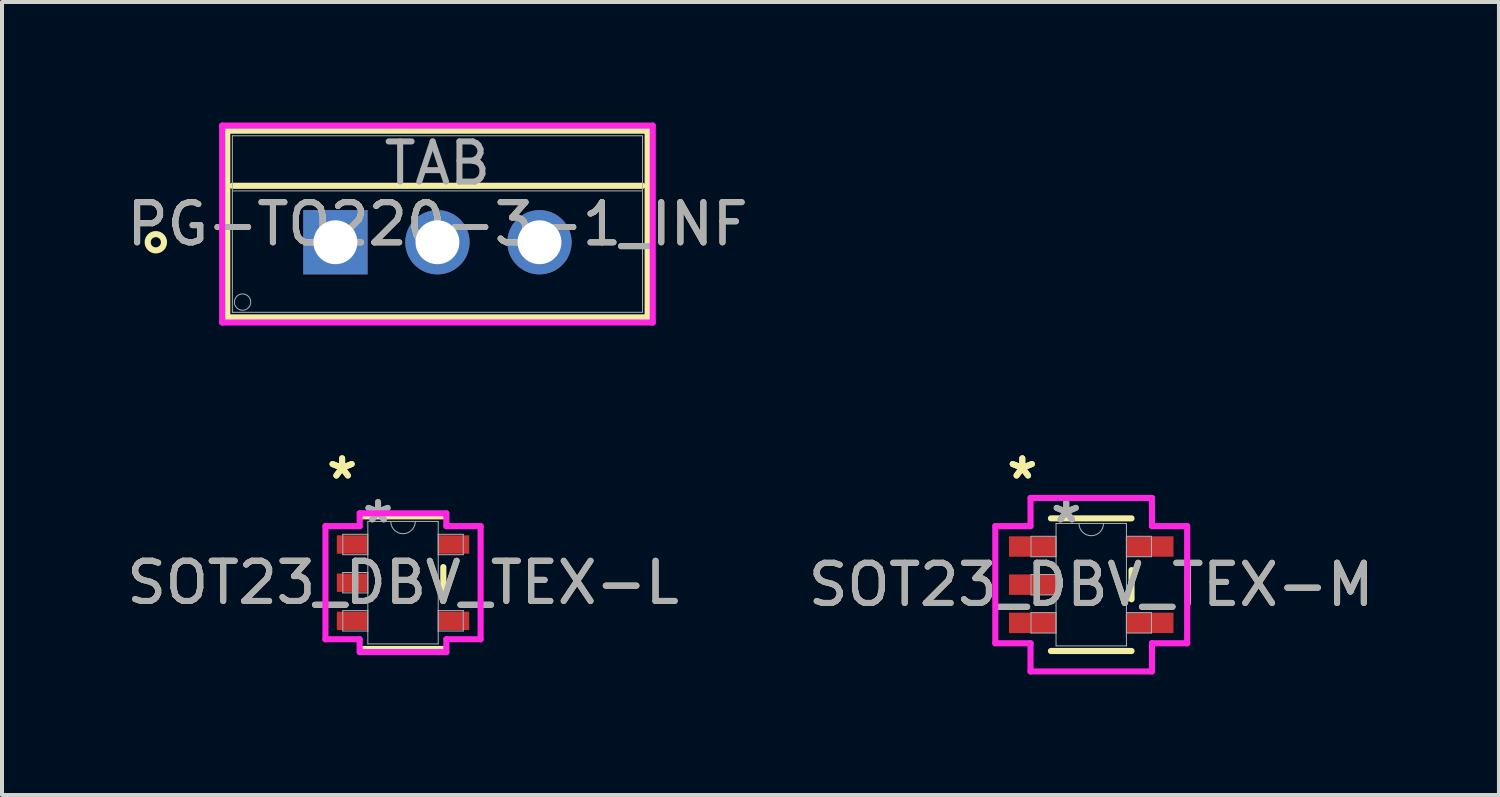
<source format=kicad_pcb>
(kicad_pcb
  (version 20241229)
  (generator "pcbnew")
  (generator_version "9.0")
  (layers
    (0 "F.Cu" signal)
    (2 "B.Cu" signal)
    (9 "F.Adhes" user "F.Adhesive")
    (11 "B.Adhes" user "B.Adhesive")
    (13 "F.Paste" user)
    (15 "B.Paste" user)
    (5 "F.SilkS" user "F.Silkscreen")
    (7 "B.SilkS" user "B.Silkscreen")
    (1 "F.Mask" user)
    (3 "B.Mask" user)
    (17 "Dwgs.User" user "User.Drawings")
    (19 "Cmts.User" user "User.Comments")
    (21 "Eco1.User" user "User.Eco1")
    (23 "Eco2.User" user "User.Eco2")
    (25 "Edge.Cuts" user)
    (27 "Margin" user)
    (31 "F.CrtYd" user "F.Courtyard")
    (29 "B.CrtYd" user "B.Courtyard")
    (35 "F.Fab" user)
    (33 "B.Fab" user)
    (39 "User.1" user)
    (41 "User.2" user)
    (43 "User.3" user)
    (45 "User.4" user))
  (footprint "SOT23_DBV_TEX-M"
    (layer "F.Cu")
    (at 24.113 11.504)
    (property "Reference" "SOT23_DBV_TEX-M" (at 0 0 0) (unlocked yes) (layer "F.SilkS") (effects (font (size 1 1) (thickness 0.15))))
    (attr smd)
    (fp_line (start -1.003 1.651) (end 1.003 1.651) (stroke (width 0.152) (type solid)) (layer "F.SilkS"))
    (fp_line (start 1.003 -1.651) (end -1.003 -1.651) (stroke (width 0.152) (type solid)) (layer "F.SilkS"))
    (fp_line (start 1.003 0.363) (end 1.003 -0.363) (stroke (width 0.152) (type solid)) (layer "F.SilkS"))
    (fp_line (start -2.388 -1.458) (end -1.511 -1.458) (stroke (width 0.152) (type solid)) (layer "F.CrtYd"))
    (fp_line (start -2.388 1.458) (end -2.388 -1.458) (stroke (width 0.152) (type solid)) (layer "F.CrtYd"))
    (fp_line (start -1.511 -2.159) (end 1.511 -2.159) (stroke (width 0.152) (type solid)) (layer "F.CrtYd"))
    (fp_line (start -1.511 -1.458) (end -1.511 -2.159) (stroke (width 0.152) (type solid)) (layer "F.CrtYd"))
    (fp_line (start -1.511 1.458) (end -2.388 1.458) (stroke (width 0.152) (type solid)) (layer "F.CrtYd"))
    (fp_line (start -1.511 2.159) (end -1.511 1.458) (stroke (width 0.152) (type solid)) (layer "F.CrtYd"))
    (fp_line (start 1.511 -2.159) (end 1.511 -1.458) (stroke (width 0.152) (type solid)) (layer "F.CrtYd"))
    (fp_line (start 1.511 -1.458) (end 2.388 -1.458) (stroke (width 0.152) (type solid)) (layer "F.CrtYd"))
    (fp_line (start 1.511 1.458) (end 1.511 2.159) (stroke (width 0.152) (type solid)) (layer "F.CrtYd"))
    (fp_line (start 1.511 2.159) (end -1.511 2.159) (stroke (width 0.152) (type solid)) (layer "F.CrtYd"))
    (fp_line (start 2.388 -1.458) (end 2.388 1.458) (stroke (width 0.152) (type solid)) (layer "F.CrtYd"))
    (fp_line (start 2.388 1.458) (end 1.511 1.458) (stroke (width 0.152) (type solid)) (layer "F.CrtYd"))
    (fp_line (start -1.499 -1.204) (end -1.499 -0.696) (stroke (width 0.025) (type solid)) (layer "F.Fab"))
    (fp_line (start -1.499 -0.696) (end -0.876 -0.696) (stroke (width 0.025) (type solid)) (layer "F.Fab"))
    (fp_line (start -1.499 -0.254) (end -1.499 0.254) (stroke (width 0.025) (type solid)) (layer "F.Fab"))
    (fp_line (start -1.499 0.254) (end -0.876 0.254) (stroke (width 0.025) (type solid)) (layer "F.Fab"))
    (fp_line (start -1.499 0.696) (end -1.499 1.204) (stroke (width 0.025) (type solid)) (layer "F.Fab"))
    (fp_line (start -1.499 1.204) (end -0.876 1.204) (stroke (width 0.025) (type solid)) (layer "F.Fab"))
    (fp_line (start -0.876 -1.524) (end -0.876 1.524) (stroke (width 0.025) (type solid)) (layer "F.Fab"))
    (fp_line (start -0.876 -1.204) (end -1.499 -1.204) (stroke (width 0.025) (type solid)) (layer "F.Fab"))
    (fp_line (start -0.876 -0.696) (end -0.876 -1.204) (stroke (width 0.025) (type solid)) (layer "F.Fab"))
    (fp_line (start -0.876 -0.254) (end -1.499 -0.254) (stroke (width 0.025) (type solid)) (layer "F.Fab"))
    (fp_line (start -0.876 0.254) (end -0.876 -0.254) (stroke (width 0.025) (type solid)) (layer "F.Fab"))
    (fp_line (start -0.876 0.696) (end -1.499 0.696) (stroke (width 0.025) (type solid)) (layer "F.Fab"))
    (fp_line (start -0.876 1.204) (end -0.876 0.696) (stroke (width 0.025) (type solid)) (layer "F.Fab"))
    (fp_line (start -0.876 1.524) (end 0.876 1.524) (stroke (width 0.025) (type solid)) (layer "F.Fab"))
    (fp_line (start 0.876 -1.524) (end -0.876 -1.524) (stroke (width 0.025) (type solid)) (layer "F.Fab"))
    (fp_line (start 0.876 -1.204) (end 0.876 -0.696) (stroke (width 0.025) (type solid)) (layer "F.Fab"))
    (fp_line (start 0.876 -0.696) (end 1.499 -0.696) (stroke (width 0.025) (type solid)) (layer "F.Fab"))
    (fp_line (start 0.876 0.696) (end 0.876 1.204) (stroke (width 0.025) (type solid)) (layer "F.Fab"))
    (fp_line (start 0.876 1.204) (end 1.499 1.204) (stroke (width 0.025) (type solid)) (layer "F.Fab"))
    (fp_line (start 0.876 1.524) (end 0.876 -1.524) (stroke (width 0.025) (type solid)) (layer "F.Fab"))
    (fp_line (start 1.499 -1.204) (end 0.876 -1.204) (stroke (width 0.025) (type solid)) (layer "F.Fab"))
    (fp_line (start 1.499 -0.696) (end 1.499 -1.204) (stroke (width 0.025) (type solid)) (layer "F.Fab"))
    (fp_line (start 1.499 0.696) (end 0.876 0.696) (stroke (width 0.025) (type solid)) (layer "F.Fab"))
    (fp_line (start 1.499 1.204) (end 1.499 0.696) (stroke (width 0.025) (type solid)) (layer "F.Fab"))
    (fp_arc (start 0.3048 -1.524) (mid 0 -1.2192) (end -0.3048 -1.524) (stroke (width 0.0254) (type solid)) (layer "F.Fab"))
    (fp_text user "*" (at -1.716 -2.601 0) (unlocked yes) (layer "F.SilkS") (effects (font (size 1 1) (thickness 0.15))))
    (fp_text user "*" (at -1.716 -2.601 0) (layer "F.SilkS") (effects (font (size 1 1) (thickness 0.15))))
    (fp_text user "*" (at -0.622 -1.509 0) (unlocked yes) (layer "F.Fab") (effects (font (size 1 1) (thickness 0.15))))
    (fp_text user "${REFERENCE}" (at 0 0 0) (unlocked yes) (layer "F.Fab") (effects (font (size 1 1) (thickness 0.15))))
    (fp_text user "*" (at -0.622 -1.509 0) (layer "F.Fab") (effects (font (size 1 1) (thickness 0.15))))
    (pad "1" smd rect (at -1.462 -0.95) (size 1.172 0.508) (layers "F.Cu" "F.Mask" "F.Paste"))
    (pad "2" smd rect (at -1.462 0) (size 1.172 0.508) (layers "F.Cu" "F.Mask" "F.Paste"))
    (pad "3" smd rect (at -1.462 0.95) (size 1.172 0.508) (layers "F.Cu" "F.Mask" "F.Paste"))
    (pad "4" smd rect (at 1.462 0.95) (size 1.172 0.508) (layers "F.Cu" "F.Mask" "F.Paste"))
    (pad "5" smd rect (at 1.462 -0.95) (size 1.172 0.508) (layers "F.Cu" "F.Mask" "F.Paste")))
  (footprint "PG-TO220-3-1_INF"
    (layer "F.Cu")
    (at 5.299 2.98)
    (property "Reference" "PG-TO220-3-1_INF" (at 2.54 -0.453 0) (unlocked yes) (layer "F.SilkS") (effects (font (size 1 1) (thickness 0.15))))
    (attr through_hole)
    (fp_line (start -2.692 -2.777) (end -2.692 1.871) (stroke (width 0.152) (type solid)) (layer "F.SilkS"))
    (fp_line (start -2.692 1.871) (end 7.772 1.871) (stroke (width 0.152) (type solid)) (layer "F.SilkS"))
    (fp_line (start -2.565 -1.405) (end 7.645 -1.405) (stroke (width 0.152) (type solid)) (layer "F.SilkS"))
    (fp_line (start 7.772 -2.777) (end -2.692 -2.777) (stroke (width 0.152) (type solid)) (layer "F.SilkS"))
    (fp_line (start 7.772 1.871) (end 7.772 -2.777) (stroke (width 0.152) (type solid)) (layer "F.SilkS"))
    (fp_circle (center -4.47 0) (end -4.267 0) (stroke (width 0.152) (type solid)) (fill no) (layer "F.SilkS"))
    (fp_line (start -2.819 -2.904) (end -2.819 1.998) (stroke (width 0.152) (type solid)) (layer "F.CrtYd"))
    (fp_line (start -2.819 1.998) (end 7.899 1.998) (stroke (width 0.152) (type solid)) (layer "F.CrtYd"))
    (fp_line (start 7.899 -2.904) (end -2.819 -2.904) (stroke (width 0.152) (type solid)) (layer "F.CrtYd"))
    (fp_line (start 7.899 1.998) (end 7.899 -2.904) (stroke (width 0.152) (type solid)) (layer "F.CrtYd"))
    (fp_line (start -2.565 -2.65) (end -2.565 1.744) (stroke (width 0.025) (type solid)) (layer "F.Fab"))
    (fp_line (start -2.565 -1.278) (end 7.645 -1.278) (stroke (width 0.025) (type solid)) (layer "F.Fab"))
    (fp_line (start -2.565 1.744) (end 7.645 1.744) (stroke (width 0.025) (type solid)) (layer "F.Fab"))
    (fp_line (start 7.645 -2.65) (end -2.565 -2.65) (stroke (width 0.025) (type solid)) (layer "F.Fab"))
    (fp_line (start 7.645 1.744) (end 7.645 -2.65) (stroke (width 0.025) (type solid)) (layer "F.Fab"))
    (fp_circle (center -2.311 1.49) (end -2.108 1.49) (stroke (width 0.025) (type solid)) (fill no) (layer "F.Fab"))
    (fp_text user "${REFERENCE}" (at 2.54 -0.453 0) (unlocked yes) (layer "F.Fab") (effects (font (size 1 1) (thickness 0.15))))
    (fp_text user "TAB" (at 2.54 -1.964 0) (unlocked yes) (layer "F.Fab") (effects (font (size 1 1) (thickness 0.15))))
    (pad "1" thru_hole rect (at 0 0) (size 1.6 1.6) (drill 1.092) (layers "*.Cu" "*.Mask"))
    (pad "2" thru_hole circle (at 2.54 0) (size 1.6 1.6) (drill 1.092) (layers "*.Cu" "*.Mask"))
    (pad "3" thru_hole circle (at 5.08 0) (size 1.6 1.6) (drill 1.092) (layers "*.Cu" "*.Mask")))
  (footprint "SOT23_DBV_TEX-L"
    (layer "F.Cu")
    (at 6.982 11.454)
    (property "Reference" "SOT23_DBV_TEX-L" (at 0 0 0) (unlocked yes) (layer "F.SilkS") (effects (font (size 1 1) (thickness 0.15))))
    (attr smd)
    (fp_line (start -1.003 1.651) (end 1.003 1.651) (stroke (width 0.152) (type solid)) (layer "F.SilkS"))
    (fp_line (start 1.003 -1.651) (end -1.003 -1.651) (stroke (width 0.152) (type solid)) (layer "F.SilkS"))
    (fp_line (start 1.003 0.388) (end 1.003 -0.388) (stroke (width 0.152) (type solid)) (layer "F.SilkS"))
    (fp_line (start -1.931 -1.408) (end -1.079 -1.408) (stroke (width 0.152) (type solid)) (layer "F.CrtYd"))
    (fp_line (start -1.931 1.408) (end -1.931 -1.408) (stroke (width 0.152) (type solid)) (layer "F.CrtYd"))
    (fp_line (start -1.079 -1.727) (end 1.079 -1.727) (stroke (width 0.152) (type solid)) (layer "F.CrtYd"))
    (fp_line (start -1.079 -1.408) (end -1.079 -1.727) (stroke (width 0.152) (type solid)) (layer "F.CrtYd"))
    (fp_line (start -1.079 1.408) (end -1.931 1.408) (stroke (width 0.152) (type solid)) (layer "F.CrtYd"))
    (fp_line (start -1.079 1.727) (end -1.079 1.408) (stroke (width 0.152) (type solid)) (layer "F.CrtYd"))
    (fp_line (start 1.079 -1.727) (end 1.079 -1.408) (stroke (width 0.152) (type solid)) (layer "F.CrtYd"))
    (fp_line (start 1.079 -1.408) (end 1.931 -1.408) (stroke (width 0.152) (type solid)) (layer "F.CrtYd"))
    (fp_line (start 1.079 1.408) (end 1.079 1.727) (stroke (width 0.152) (type solid)) (layer "F.CrtYd"))
    (fp_line (start 1.079 1.727) (end -1.079 1.727) (stroke (width 0.152) (type solid)) (layer "F.CrtYd"))
    (fp_line (start 1.931 -1.408) (end 1.931 1.408) (stroke (width 0.152) (type solid)) (layer "F.CrtYd"))
    (fp_line (start 1.931 1.408) (end 1.079 1.408) (stroke (width 0.152) (type solid)) (layer "F.CrtYd"))
    (fp_line (start -1.499 -1.204) (end -1.499 -0.696) (stroke (width 0.025) (type solid)) (layer "F.Fab"))
    (fp_line (start -1.499 -0.696) (end -0.876 -0.696) (stroke (width 0.025) (type solid)) (layer "F.Fab"))
    (fp_line (start -1.499 -0.254) (end -1.499 0.254) (stroke (width 0.025) (type solid)) (layer "F.Fab"))
    (fp_line (start -1.499 0.254) (end -0.876 0.254) (stroke (width 0.025) (type solid)) (layer "F.Fab"))
    (fp_line (start -1.499 0.696) (end -1.499 1.204) (stroke (width 0.025) (type solid)) (layer "F.Fab"))
    (fp_line (start -1.499 1.204) (end -0.876 1.204) (stroke (width 0.025) (type solid)) (layer "F.Fab"))
    (fp_line (start -0.876 -1.524) (end -0.876 1.524) (stroke (width 0.025) (type solid)) (layer "F.Fab"))
    (fp_line (start -0.876 -1.204) (end -1.499 -1.204) (stroke (width 0.025) (type solid)) (layer "F.Fab"))
    (fp_line (start -0.876 -0.696) (end -0.876 -1.204) (stroke (width 0.025) (type solid)) (layer "F.Fab"))
    (fp_line (start -0.876 -0.254) (end -1.499 -0.254) (stroke (width 0.025) (type solid)) (layer "F.Fab"))
    (fp_line (start -0.876 0.254) (end -0.876 -0.254) (stroke (width 0.025) (type solid)) (layer "F.Fab"))
    (fp_line (start -0.876 0.696) (end -1.499 0.696) (stroke (width 0.025) (type solid)) (layer "F.Fab"))
    (fp_line (start -0.876 1.204) (end -0.876 0.696) (stroke (width 0.025) (type solid)) (layer "F.Fab"))
    (fp_line (start -0.876 1.524) (end 0.876 1.524) (stroke (width 0.025) (type solid)) (layer "F.Fab"))
    (fp_line (start 0.876 -1.524) (end -0.876 -1.524) (stroke (width 0.025) (type solid)) (layer "F.Fab"))
    (fp_line (start 0.876 -1.204) (end 0.876 -0.696) (stroke (width 0.025) (type solid)) (layer "F.Fab"))
    (fp_line (start 0.876 -0.696) (end 1.499 -0.696) (stroke (width 0.025) (type solid)) (layer "F.Fab"))
    (fp_line (start 0.876 0.696) (end 0.876 1.204) (stroke (width 0.025) (type solid)) (layer "F.Fab"))
    (fp_line (start 0.876 1.204) (end 1.499 1.204) (stroke (width 0.025) (type solid)) (layer "F.Fab"))
    (fp_line (start 0.876 1.524) (end 0.876 -1.524) (stroke (width 0.025) (type solid)) (layer "F.Fab"))
    (fp_line (start 1.499 -1.204) (end 0.876 -1.204) (stroke (width 0.025) (type solid)) (layer "F.Fab"))
    (fp_line (start 1.499 -0.696) (end 1.499 -1.204) (stroke (width 0.025) (type solid)) (layer "F.Fab"))
    (fp_line (start 1.499 0.696) (end 0.876 0.696) (stroke (width 0.025) (type solid)) (layer "F.Fab"))
    (fp_line (start 1.499 1.204) (end 1.499 0.696) (stroke (width 0.025) (type solid)) (layer "F.Fab"))
    (fp_arc (start 0.3048 -1.524) (mid 0 -1.2192) (end -0.3048 -1.524) (stroke (width 0.0254) (type solid)) (layer "F.Fab"))
    (fp_text user "*" (at -1.516 -2.551 0) (unlocked yes) (layer "F.SilkS") (effects (font (size 1 1) (thickness 0.15))))
    (fp_text user "*" (at -1.516 -2.551 0) (layer "F.SilkS") (effects (font (size 1 1) (thickness 0.15))))
    (fp_text user "*" (at -0.622 -1.459 0) (unlocked yes) (layer "F.Fab") (effects (font (size 1 1) (thickness 0.15))))
    (fp_text user "*" (at -0.622 -1.459 0) (layer "F.Fab") (effects (font (size 1 1) (thickness 0.15))))
    (fp_text user "${REFERENCE}" (at 0 0 0) (unlocked yes) (layer "F.Fab") (effects (font (size 1 1) (thickness 0.15))))
    (pad "1" smd rect (at -1.262 -0.95) (size 0.772 0.458) (layers "F.Cu" "F.Mask" "F.Paste"))
    (pad "2" smd rect (at -1.262 0) (size 0.772 0.458) (layers "F.Cu" "F.Mask" "F.Paste"))
    (pad "3" smd rect (at -1.262 0.95) (size 0.772 0.458) (layers "F.Cu" "F.Mask" "F.Paste"))
    (pad "4" smd rect (at 1.262 0.95) (size 0.772 0.458) (layers "F.Cu" "F.Mask" "F.Paste"))
    (pad "5" smd rect (at 1.262 -0.95) (size 0.772 0.458) (layers "F.Cu" "F.Mask" "F.Paste")))
  (gr_rect
    (start -3 -3)
    (end 34.262 16.739)
    (stroke (width 0.1) (type default))
    (fill no)
    (layer "Edge.Cuts")))
</source>
